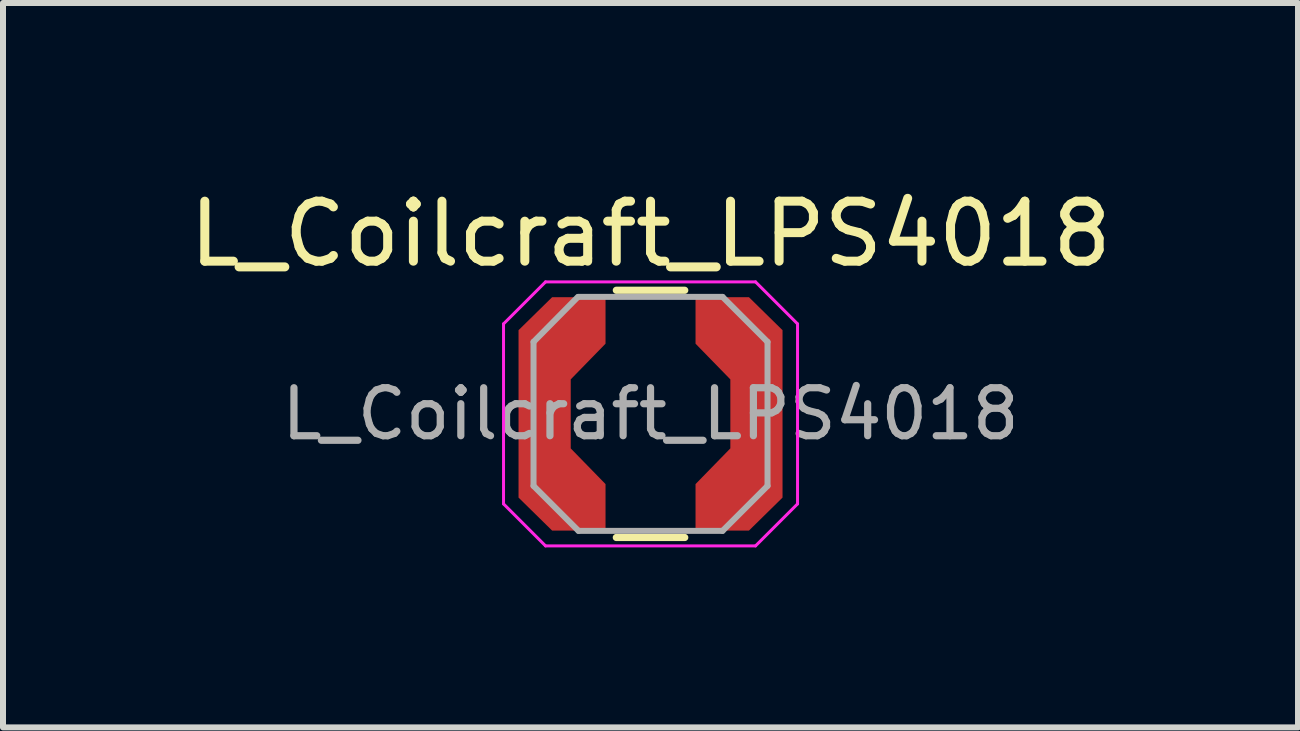
<source format=kicad_pcb>
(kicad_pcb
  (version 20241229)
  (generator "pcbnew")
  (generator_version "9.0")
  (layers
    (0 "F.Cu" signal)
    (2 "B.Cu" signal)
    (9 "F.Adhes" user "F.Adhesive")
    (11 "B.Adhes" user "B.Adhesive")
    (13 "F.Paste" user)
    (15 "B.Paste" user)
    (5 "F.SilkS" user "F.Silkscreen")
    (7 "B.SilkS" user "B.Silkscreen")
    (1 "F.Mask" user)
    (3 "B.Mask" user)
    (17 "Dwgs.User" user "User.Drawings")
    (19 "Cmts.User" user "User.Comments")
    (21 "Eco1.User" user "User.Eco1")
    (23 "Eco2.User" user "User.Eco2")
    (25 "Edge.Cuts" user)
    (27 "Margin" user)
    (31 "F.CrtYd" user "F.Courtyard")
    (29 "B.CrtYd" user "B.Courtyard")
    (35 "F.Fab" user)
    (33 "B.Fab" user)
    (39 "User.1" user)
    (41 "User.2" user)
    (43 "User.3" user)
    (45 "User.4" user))
  (footprint "L_Coilcraft_LPS4018"
    (layer "F.Cu")
    (at 7.792 3.848)
    (property "Reference" "L_Coilcraft_LPS4018" (at 0 -3 0) (layer "F.SilkS") (effects (font (size 1 1) (thickness 0.15))))
    (attr smd)
    (fp_line (start -0.57 -2.06) (end 0.57 -2.06) (stroke (width 0.12) (type solid)) (layer "F.SilkS"))
    (fp_line (start -0.57 2.06) (end 0.57 2.06) (stroke (width 0.12) (type solid)) (layer "F.SilkS"))
    (fp_line (start -2.45 -1.5) (end -2.45 1.5) (stroke (width 0.05) (type solid)) (layer "F.CrtYd"))
    (fp_line (start -1.75 -2.2) (end -2.45 -1.5) (stroke (width 0.05) (type solid)) (layer "F.CrtYd"))
    (fp_line (start -1.75 -2.2) (end 1.75 -2.2) (stroke (width 0.05) (type solid)) (layer "F.CrtYd"))
    (fp_line (start -1.75 2.2) (end -2.45 1.5) (stroke (width 0.05) (type solid)) (layer "F.CrtYd"))
    (fp_line (start -1.75 2.2) (end 1.75 2.2) (stroke (width 0.05) (type solid)) (layer "F.CrtYd"))
    (fp_line (start 1.75 -2.2) (end 2.45 -1.5) (stroke (width 0.05) (type solid)) (layer "F.CrtYd"))
    (fp_line (start 1.75 2.2) (end 2.45 1.5) (stroke (width 0.05) (type solid)) (layer "F.CrtYd"))
    (fp_line (start 2.45 -1.5) (end 2.45 1.5) (stroke (width 0.05) (type solid)) (layer "F.CrtYd"))
    (fp_line (start -1.95 -1.2) (end -1.21 -1.95) (stroke (width 0.1) (type solid)) (layer "F.Fab"))
    (fp_line (start -1.95 1.2) (end -1.95 -1.2) (stroke (width 0.1) (type solid)) (layer "F.Fab"))
    (fp_line (start -1.95 1.2) (end -1.2 1.95) (stroke (width 0.1) (type solid)) (layer "F.Fab"))
    (fp_line (start -1.2 -1.95) (end 1.2 -1.95) (stroke (width 0.1) (type solid)) (layer "F.Fab"))
    (fp_line (start 1.2 -1.95) (end 1.95 -1.2) (stroke (width 0.1) (type solid)) (layer "F.Fab"))
    (fp_line (start 1.2 1.95) (end -1.2 1.95) (stroke (width 0.1) (type solid)) (layer "F.Fab"))
    (fp_line (start 1.2 1.95) (end 1.95 1.2) (stroke (width 0.1) (type solid)) (layer "F.Fab"))
    (fp_line (start 1.95 -1.2) (end 1.95 1.2) (stroke (width 0.1) (type solid)) (layer "F.Fab"))
    (fp_text user "${REFERENCE}" (at 0 0 0) (layer "F.Fab") (effects (font (size 0.8 0.8) (thickness 0.12))))
    (pad "1" smd custom (at -1.765 0) (size 0.87 2.79) (layers "F.Cu" "F.Mask" "F.Paste") (options (anchor rect)) (primitives (gr_poly (pts (xy 1.015 -1.17) (xy 0.435 -0.575) (xy 0.435 0.575) (xy 1.015 1.17) (xy 1.015 1.945) (xy 0.125 1.945) (xy -0.435 1.395) (xy -0.435 -1.395) (xy 0.125 -1.945) (xy 1.015 -1.945)) (width 0) (fill yes))))
    (pad "2" smd custom (at 1.765 0) (size 0.87 2.79) (layers "F.Cu" "F.Mask" "F.Paste") (options (anchor rect)) (primitives (gr_poly (pts (xy 0.435 -1.395) (xy 0.435 1.395) (xy -0.125 1.945) (xy -1.015 1.945) (xy -1.015 1.17) (xy -0.435 0.575) (xy -0.435 -0.575) (xy -1.015 -1.17) (xy -1.015 -1.945) (xy -0.125 -1.945)) (width 0) (fill yes)))))
  (gr_rect
    (start -3 -3)
    (end 18.583 9.073)
    (stroke (width 0.1) (type default))
    (fill no)
    (layer "Edge.Cuts")))
</source>
